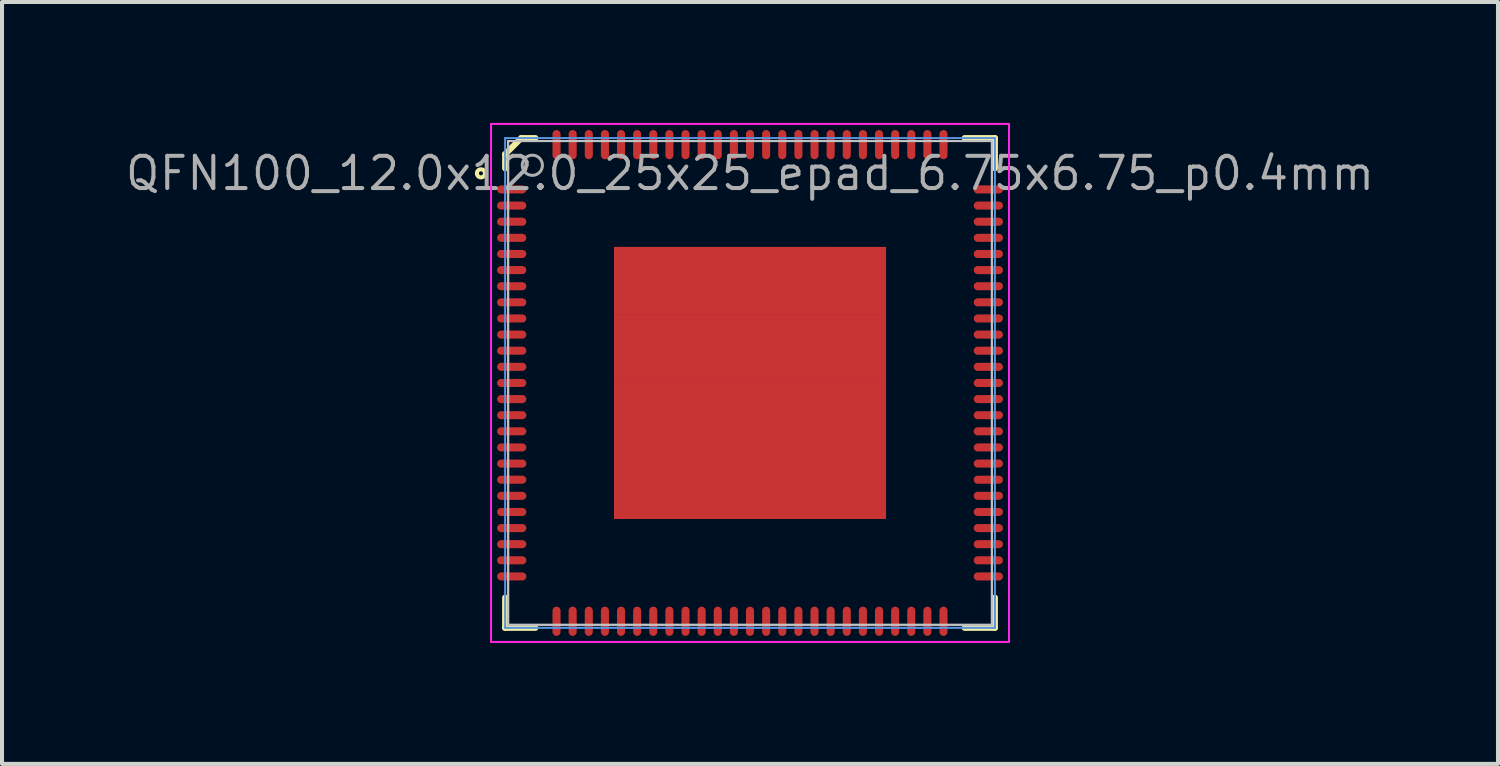
<source format=kicad_pcb>
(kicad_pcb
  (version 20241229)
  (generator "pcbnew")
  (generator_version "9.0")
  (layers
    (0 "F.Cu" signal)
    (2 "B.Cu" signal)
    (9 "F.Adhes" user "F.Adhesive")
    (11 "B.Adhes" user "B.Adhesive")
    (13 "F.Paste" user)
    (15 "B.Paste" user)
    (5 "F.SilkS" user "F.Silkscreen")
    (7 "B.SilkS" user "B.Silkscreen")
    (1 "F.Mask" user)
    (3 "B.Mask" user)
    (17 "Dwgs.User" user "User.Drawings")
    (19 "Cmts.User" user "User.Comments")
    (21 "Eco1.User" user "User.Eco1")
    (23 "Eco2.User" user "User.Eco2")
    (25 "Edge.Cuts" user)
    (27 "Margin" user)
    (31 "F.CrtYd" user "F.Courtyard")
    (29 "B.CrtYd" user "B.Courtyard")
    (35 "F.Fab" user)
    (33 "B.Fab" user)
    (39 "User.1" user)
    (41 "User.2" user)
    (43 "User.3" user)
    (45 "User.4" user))
  (footprint "QFN100_12.0x12.0_25x25_epad_6.75x6.75_p0.4mm"
    (layer "F.Cu")
    (at 15.556 6.45)
    (property "Reference" "QFN100_12.0x12.0_25x25_epad_6.75x6.75_p0.4mm" (at 0 -5.2 0) (layer "F.Fab") (effects (font (size 0.8 0.8) (thickness 0.1))))
    (attr through_hole)
    (fp_line (start -6.075 -5.675) (end -6.075 -5.325) (stroke (width 0.15) (type solid)) (layer "F.SilkS"))
    (fp_line (start -6.075 -5.675) (end -5.675 -6.075) (stroke (width 0.15) (type solid)) (layer "F.SilkS"))
    (fp_line (start -6.075 6.075) (end -6.075 5.325) (stroke (width 0.15) (type solid)) (layer "F.SilkS"))
    (fp_line (start -6.075 6.075) (end -5.325 6.075) (stroke (width 0.15) (type solid)) (layer "F.SilkS"))
    (fp_line (start -5.325 -6.075) (end -5.675 -6.075) (stroke (width 0.15) (type solid)) (layer "F.SilkS"))
    (fp_line (start 6.075 -6.075) (end 5.325 -6.075) (stroke (width 0.15) (type solid)) (layer "F.SilkS"))
    (fp_line (start 6.075 -6.075) (end 6.075 -5.325) (stroke (width 0.15) (type solid)) (layer "F.SilkS"))
    (fp_line (start 6.075 6.075) (end 5.325 6.075) (stroke (width 0.15) (type solid)) (layer "F.SilkS"))
    (fp_line (start 6.075 6.075) (end 6.075 5.325) (stroke (width 0.15) (type solid)) (layer "F.SilkS"))
    (fp_circle (center -6.675 -5.2) (end -6.604 -5.129) (stroke (width 0.1) (type solid)) (fill no) (layer "F.SilkS"))
    (fp_line (start -6 -6) (end -6 6) (stroke (width 0.05) (type solid)) (layer "Dwgs.User"))
    (fp_line (start -6 -6) (end 6 -6) (stroke (width 0.05) (type solid)) (layer "Dwgs.User"))
    (fp_line (start -6 6) (end 6 6) (stroke (width 0.05) (type solid)) (layer "Dwgs.User"))
    (fp_line (start 6 -6) (end 6 6) (stroke (width 0.05) (type solid)) (layer "Dwgs.User"))
    (fp_line (start -6.075 -6.075) (end -6.075 6.075) (stroke (width 0.05) (type solid)) (layer "Cmts.User"))
    (fp_line (start -6.075 -6.075) (end 6.075 -6.075) (stroke (width 0.05) (type solid)) (layer "Cmts.User"))
    (fp_line (start -6.075 6.075) (end 6.075 6.075) (stroke (width 0.05) (type solid)) (layer "Cmts.User"))
    (fp_line (start 6.075 -6.075) (end 6.075 6.075) (stroke (width 0.05) (type solid)) (layer "Cmts.User"))
    (fp_line (start -5.925 -5.925) (end -5.925 5.925) (stroke (width 0.05) (type solid)) (layer "Eco1.User"))
    (fp_line (start -5.925 -5.925) (end 5.925 -5.925) (stroke (width 0.05) (type solid)) (layer "Eco1.User"))
    (fp_line (start -5.925 5.925) (end 5.925 5.925) (stroke (width 0.05) (type solid)) (layer "Eco1.User"))
    (fp_line (start 5.925 -5.925) (end 5.925 5.925) (stroke (width 0.05) (type solid)) (layer "Eco1.User"))
    (fp_line (start -6.425 -6.425) (end -6.425 6.425) (stroke (width 0.05) (type solid)) (layer "F.CrtYd"))
    (fp_line (start -6.425 -6.425) (end 6.425 -6.425) (stroke (width 0.05) (type solid)) (layer "F.CrtYd"))
    (fp_line (start -6.425 6.425) (end 6.425 6.425) (stroke (width 0.05) (type solid)) (layer "F.CrtYd"))
    (fp_line (start 6.425 -6.425) (end 6.425 6.425) (stroke (width 0.05) (type solid)) (layer "F.CrtYd"))
    (fp_line (start -6 -6) (end -6 6) (stroke (width 0.05) (type solid)) (layer "F.Fab"))
    (fp_line (start -6 -6) (end 6 -6) (stroke (width 0.05) (type solid)) (layer "F.Fab"))
    (fp_line (start -6 6) (end 6 6) (stroke (width 0.05) (type solid)) (layer "F.Fab"))
    (fp_line (start 6 -6) (end 6 6) (stroke (width 0.05) (type solid)) (layer "F.Fab"))
    (fp_circle (center -5.4 -5.4) (end -5.223 -5.223) (stroke (width 0.075) (type solid)) (fill no) (layer "F.Fab"))
    (pad "1" smd oval (at -5.912 -4.8 180) (size 0.725 0.2) (layers "F.Cu" "F.Mask" "F.Paste"))
    (pad "2" smd oval (at -5.912 -4.4 180) (size 0.725 0.2) (layers "F.Cu" "F.Mask" "F.Paste"))
    (pad "3" smd oval (at -5.912 -4 180) (size 0.725 0.2) (layers "F.Cu" "F.Mask" "F.Paste"))
    (pad "4" smd oval (at -5.912 -3.6 180) (size 0.725 0.2) (layers "F.Cu" "F.Mask" "F.Paste"))
    (pad "5" smd oval (at -5.912 -3.2 180) (size 0.725 0.2) (layers "F.Cu" "F.Mask" "F.Paste"))
    (pad "6" smd oval (at -5.912 -2.8 180) (size 0.725 0.2) (layers "F.Cu" "F.Mask" "F.Paste"))
    (pad "7" smd oval (at -5.912 -2.4 180) (size 0.725 0.2) (layers "F.Cu" "F.Mask" "F.Paste"))
    (pad "8" smd oval (at -5.912 -2 180) (size 0.725 0.2) (layers "F.Cu" "F.Mask" "F.Paste"))
    (pad "9" smd oval (at -5.912 -1.6 180) (size 0.725 0.2) (layers "F.Cu" "F.Mask" "F.Paste"))
    (pad "10" smd oval (at -5.912 -1.2 180) (size 0.725 0.2) (layers "F.Cu" "F.Mask" "F.Paste"))
    (pad "11" smd oval (at -5.912 -0.8 180) (size 0.725 0.2) (layers "F.Cu" "F.Mask" "F.Paste"))
    (pad "12" smd oval (at -5.912 -0.4 180) (size 0.725 0.2) (layers "F.Cu" "F.Mask" "F.Paste"))
    (pad "13" smd oval (at -5.912 0 180) (size 0.725 0.2) (layers "F.Cu" "F.Mask" "F.Paste"))
    (pad "14" smd oval (at -5.912 0.4 180) (size 0.725 0.2) (layers "F.Cu" "F.Mask" "F.Paste"))
    (pad "15" smd oval (at -5.912 0.8 180) (size 0.725 0.2) (layers "F.Cu" "F.Mask" "F.Paste"))
    (pad "16" smd oval (at -5.912 1.2 180) (size 0.725 0.2) (layers "F.Cu" "F.Mask" "F.Paste"))
    (pad "17" smd oval (at -5.912 1.6 180) (size 0.725 0.2) (layers "F.Cu" "F.Mask" "F.Paste"))
    (pad "18" smd oval (at -5.912 2 180) (size 0.725 0.2) (layers "F.Cu" "F.Mask" "F.Paste"))
    (pad "19" smd oval (at -5.912 2.4 180) (size 0.725 0.2) (layers "F.Cu" "F.Mask" "F.Paste"))
    (pad "20" smd oval (at -5.912 2.8 180) (size 0.725 0.2) (layers "F.Cu" "F.Mask" "F.Paste"))
    (pad "21" smd oval (at -5.912 3.2 180) (size 0.725 0.2) (layers "F.Cu" "F.Mask" "F.Paste"))
    (pad "22" smd oval (at -5.912 3.6 180) (size 0.725 0.2) (layers "F.Cu" "F.Mask" "F.Paste"))
    (pad "23" smd oval (at -5.912 4 180) (size 0.725 0.2) (layers "F.Cu" "F.Mask" "F.Paste"))
    (pad "24" smd oval (at -5.912 4.4 180) (size 0.725 0.2) (layers "F.Cu" "F.Mask" "F.Paste"))
    (pad "25" smd oval (at -5.912 4.8 180) (size 0.725 0.2) (layers "F.Cu" "F.Mask" "F.Paste"))
    (pad "26" smd oval (at -4.8 5.912 270) (size 0.725 0.2) (layers "F.Cu" "F.Mask" "F.Paste"))
    (pad "27" smd oval (at -4.4 5.912 270) (size 0.725 0.2) (layers "F.Cu" "F.Mask" "F.Paste"))
    (pad "28" smd oval (at -4 5.912 270) (size 0.725 0.2) (layers "F.Cu" "F.Mask" "F.Paste"))
    (pad "29" smd oval (at -3.6 5.912 270) (size 0.725 0.2) (layers "F.Cu" "F.Mask" "F.Paste"))
    (pad "30" smd oval (at -3.2 5.912 270) (size 0.725 0.2) (layers "F.Cu" "F.Mask" "F.Paste"))
    (pad "31" smd oval (at -2.8 5.912 270) (size 0.725 0.2) (layers "F.Cu" "F.Mask" "F.Paste"))
    (pad "32" smd oval (at -2.4 5.912 270) (size 0.725 0.2) (layers "F.Cu" "F.Mask" "F.Paste"))
    (pad "33" smd oval (at -2 5.912 270) (size 0.725 0.2) (layers "F.Cu" "F.Mask" "F.Paste"))
    (pad "34" smd oval (at -1.6 5.912 270) (size 0.725 0.2) (layers "F.Cu" "F.Mask" "F.Paste"))
    (pad "35" smd oval (at -1.2 5.912 270) (size 0.725 0.2) (layers "F.Cu" "F.Mask" "F.Paste"))
    (pad "36" smd oval (at -0.8 5.912 270) (size 0.725 0.2) (layers "F.Cu" "F.Mask" "F.Paste"))
    (pad "37" smd oval (at -0.4 5.912 270) (size 0.725 0.2) (layers "F.Cu" "F.Mask" "F.Paste"))
    (pad "38" smd oval (at 0 5.912 270) (size 0.725 0.2) (layers "F.Cu" "F.Mask" "F.Paste"))
    (pad "39" smd oval (at 0.4 5.912 270) (size 0.725 0.2) (layers "F.Cu" "F.Mask" "F.Paste"))
    (pad "40" smd oval (at 0.8 5.912 270) (size 0.725 0.2) (layers "F.Cu" "F.Mask" "F.Paste"))
    (pad "41" smd oval (at 1.2 5.912 270) (size 0.725 0.2) (layers "F.Cu" "F.Mask" "F.Paste"))
    (pad "42" smd oval (at 1.6 5.912 270) (size 0.725 0.2) (layers "F.Cu" "F.Mask" "F.Paste"))
    (pad "43" smd oval (at 2 5.912 270) (size 0.725 0.2) (layers "F.Cu" "F.Mask" "F.Paste"))
    (pad "44" smd oval (at 2.4 5.912 270) (size 0.725 0.2) (layers "F.Cu" "F.Mask" "F.Paste"))
    (pad "45" smd oval (at 2.8 5.912 270) (size 0.725 0.2) (layers "F.Cu" "F.Mask" "F.Paste"))
    (pad "46" smd oval (at 3.2 5.912 270) (size 0.725 0.2) (layers "F.Cu" "F.Mask" "F.Paste"))
    (pad "47" smd oval (at 3.6 5.912 270) (size 0.725 0.2) (layers "F.Cu" "F.Mask" "F.Paste"))
    (pad "48" smd oval (at 4 5.912 270) (size 0.725 0.2) (layers "F.Cu" "F.Mask" "F.Paste"))
    (pad "49" smd oval (at 4.4 5.912 270) (size 0.725 0.2) (layers "F.Cu" "F.Mask" "F.Paste"))
    (pad "50" smd oval (at 4.8 5.912 270) (size 0.725 0.2) (layers "F.Cu" "F.Mask" "F.Paste"))
    (pad "51" smd oval (at 5.912 4.8) (size 0.725 0.2) (layers "F.Cu" "F.Mask" "F.Paste"))
    (pad "52" smd oval (at 5.912 4.4) (size 0.725 0.2) (layers "F.Cu" "F.Mask" "F.Paste"))
    (pad "53" smd oval (at 5.912 4) (size 0.725 0.2) (layers "F.Cu" "F.Mask" "F.Paste"))
    (pad "54" smd oval (at 5.912 3.6) (size 0.725 0.2) (layers "F.Cu" "F.Mask" "F.Paste"))
    (pad "55" smd oval (at 5.912 3.2) (size 0.725 0.2) (layers "F.Cu" "F.Mask" "F.Paste"))
    (pad "56" smd oval (at 5.912 2.8) (size 0.725 0.2) (layers "F.Cu" "F.Mask" "F.Paste"))
    (pad "57" smd oval (at 5.912 2.4) (size 0.725 0.2) (layers "F.Cu" "F.Mask" "F.Paste"))
    (pad "58" smd oval (at 5.912 2) (size 0.725 0.2) (layers "F.Cu" "F.Mask" "F.Paste"))
    (pad "59" smd oval (at 5.912 1.6) (size 0.725 0.2) (layers "F.Cu" "F.Mask" "F.Paste"))
    (pad "60" smd oval (at 5.912 1.2) (size 0.725 0.2) (layers "F.Cu" "F.Mask" "F.Paste"))
    (pad "61" smd oval (at 5.912 0.8) (size 0.725 0.2) (layers "F.Cu" "F.Mask" "F.Paste"))
    (pad "62" smd oval (at 5.912 0.4) (size 0.725 0.2) (layers "F.Cu" "F.Mask" "F.Paste"))
    (pad "63" smd oval (at 5.912 0) (size 0.725 0.2) (layers "F.Cu" "F.Mask" "F.Paste"))
    (pad "64" smd oval (at 5.912 -0.4) (size 0.725 0.2) (layers "F.Cu" "F.Mask" "F.Paste"))
    (pad "65" smd oval (at 5.912 -0.8) (size 0.725 0.2) (layers "F.Cu" "F.Mask" "F.Paste"))
    (pad "66" smd oval (at 5.912 -1.2) (size 0.725 0.2) (layers "F.Cu" "F.Mask" "F.Paste"))
    (pad "67" smd oval (at 5.912 -1.6) (size 0.725 0.2) (layers "F.Cu" "F.Mask" "F.Paste"))
    (pad "68" smd oval (at 5.912 -2) (size 0.725 0.2) (layers "F.Cu" "F.Mask" "F.Paste"))
    (pad "69" smd oval (at 5.912 -2.4) (size 0.725 0.2) (layers "F.Cu" "F.Mask" "F.Paste"))
    (pad "70" smd oval (at 5.912 -2.8) (size 0.725 0.2) (layers "F.Cu" "F.Mask" "F.Paste"))
    (pad "71" smd oval (at 5.912 -3.2) (size 0.725 0.2) (layers "F.Cu" "F.Mask" "F.Paste"))
    (pad "72" smd oval (at 5.912 -3.6) (size 0.725 0.2) (layers "F.Cu" "F.Mask" "F.Paste"))
    (pad "73" smd oval (at 5.912 -4) (size 0.725 0.2) (layers "F.Cu" "F.Mask" "F.Paste"))
    (pad "74" smd oval (at 5.912 -4.4) (size 0.725 0.2) (layers "F.Cu" "F.Mask" "F.Paste"))
    (pad "75" smd oval (at 5.912 -4.8) (size 0.725 0.2) (layers "F.Cu" "F.Mask" "F.Paste"))
    (pad "76" smd oval (at 4.8 -5.912 90) (size 0.725 0.2) (layers "F.Cu" "F.Mask" "F.Paste"))
    (pad "77" smd oval (at 4.4 -5.912 90) (size 0.725 0.2) (layers "F.Cu" "F.Mask" "F.Paste"))
    (pad "78" smd oval (at 4 -5.912 90) (size 0.725 0.2) (layers "F.Cu" "F.Mask" "F.Paste"))
    (pad "79" smd oval (at 3.6 -5.912 90) (size 0.725 0.2) (layers "F.Cu" "F.Mask" "F.Paste"))
    (pad "80" smd oval (at 3.2 -5.912 90) (size 0.725 0.2) (layers "F.Cu" "F.Mask" "F.Paste"))
    (pad "81" smd oval (at 2.8 -5.912 90) (size 0.725 0.2) (layers "F.Cu" "F.Mask" "F.Paste"))
    (pad "82" smd oval (at 2.4 -5.912 90) (size 0.725 0.2) (layers "F.Cu" "F.Mask" "F.Paste"))
    (pad "83" smd oval (at 2 -5.912 90) (size 0.725 0.2) (layers "F.Cu" "F.Mask" "F.Paste"))
    (pad "84" smd oval (at 1.6 -5.912 90) (size 0.725 0.2) (layers "F.Cu" "F.Mask" "F.Paste"))
    (pad "85" smd oval (at 1.2 -5.912 90) (size 0.725 0.2) (layers "F.Cu" "F.Mask" "F.Paste"))
    (pad "86" smd oval (at 0.8 -5.912 90) (size 0.725 0.2) (layers "F.Cu" "F.Mask" "F.Paste"))
    (pad "87" smd oval (at 0.4 -5.912 90) (size 0.725 0.2) (layers "F.Cu" "F.Mask" "F.Paste"))
    (pad "88" smd oval (at 0 -5.912 90) (size 0.725 0.2) (layers "F.Cu" "F.Mask" "F.Paste"))
    (pad "89" smd oval (at -0.4 -5.912 90) (size 0.725 0.2) (layers "F.Cu" "F.Mask" "F.Paste"))
    (pad "90" smd oval (at -0.8 -5.912 90) (size 0.725 0.2) (layers "F.Cu" "F.Mask" "F.Paste"))
    (pad "91" smd oval (at -1.2 -5.912 90) (size 0.725 0.2) (layers "F.Cu" "F.Mask" "F.Paste"))
    (pad "92" smd oval (at -1.6 -5.912 90) (size 0.725 0.2) (layers "F.Cu" "F.Mask" "F.Paste"))
    (pad "93" smd oval (at -2 -5.912 90) (size 0.725 0.2) (layers "F.Cu" "F.Mask" "F.Paste"))
    (pad "94" smd oval (at -2.4 -5.912 90) (size 0.725 0.2) (layers "F.Cu" "F.Mask" "F.Paste"))
    (pad "95" smd oval (at -2.8 -5.912 90) (size 0.725 0.2) (layers "F.Cu" "F.Mask" "F.Paste"))
    (pad "96" smd oval (at -3.2 -5.912 90) (size 0.725 0.2) (layers "F.Cu" "F.Mask" "F.Paste"))
    (pad "97" smd oval (at -3.6 -5.912 90) (size 0.725 0.2) (layers "F.Cu" "F.Mask" "F.Paste"))
    (pad "98" smd oval (at -4 -5.912 90) (size 0.725 0.2) (layers "F.Cu" "F.Mask" "F.Paste"))
    (pad "99" smd oval (at -4.4 -5.912 90) (size 0.725 0.2) (layers "F.Cu" "F.Mask" "F.Paste"))
    (pad "100" smd oval (at -4.8 -5.912 90) (size 0.725 0.2) (layers "F.Cu" "F.Mask" "F.Paste"))
    (pad "101" smd rect (at -2.531 -2.531) (size 1.688 1.688) (layers "F.Cu" "F.Mask" "F.Paste"))
    (pad "101" smd rect (at -2.531 -0.844) (size 1.688 1.688) (layers "F.Cu" "F.Mask" "F.Paste"))
    (pad "101" smd rect (at -2.531 0.844) (size 1.688 1.688) (layers "F.Cu" "F.Mask" "F.Paste"))
    (pad "101" smd rect (at -2.531 2.531) (size 1.688 1.688) (layers "F.Cu" "F.Mask" "F.Paste"))
    (pad "101" smd rect (at -0.844 -2.531) (size 1.688 1.688) (layers "F.Cu" "F.Mask" "F.Paste"))
    (pad "101" smd rect (at -0.844 -0.844) (size 1.688 1.688) (layers "F.Cu" "F.Mask" "F.Paste"))
    (pad "101" smd rect (at -0.844 0.844) (size 1.688 1.688) (layers "F.Cu" "F.Mask" "F.Paste"))
    (pad "101" smd rect (at -0.844 2.531) (size 1.688 1.688) (layers "F.Cu" "F.Mask" "F.Paste"))
    (pad "101" smd rect (at 0.844 -2.531) (size 1.688 1.688) (layers "F.Cu" "F.Mask" "F.Paste"))
    (pad "101" smd rect (at 0.844 -0.844) (size 1.688 1.688) (layers "F.Cu" "F.Mask" "F.Paste"))
    (pad "101" smd rect (at 0.844 0.844) (size 1.688 1.688) (layers "F.Cu" "F.Mask" "F.Paste"))
    (pad "101" smd rect (at 0.844 2.531) (size 1.688 1.688) (layers "F.Cu" "F.Mask" "F.Paste"))
    (pad "101" smd rect (at 2.531 -2.531) (size 1.688 1.688) (layers "F.Cu" "F.Mask" "F.Paste"))
    (pad "101" smd rect (at 2.531 -0.844) (size 1.688 1.688) (layers "F.Cu" "F.Mask" "F.Paste"))
    (pad "101" smd rect (at 2.531 0.844) (size 1.688 1.688) (layers "F.Cu" "F.Mask" "F.Paste"))
    (pad "101" smd rect (at 2.531 2.531) (size 1.688 1.688) (layers "F.Cu" "F.Mask" "F.Paste")))
  (gr_rect
    (start -3 -3)
    (end 34.111 15.9)
    (stroke (width 0.1) (type default))
    (fill no)
    (layer "Edge.Cuts")))
</source>
